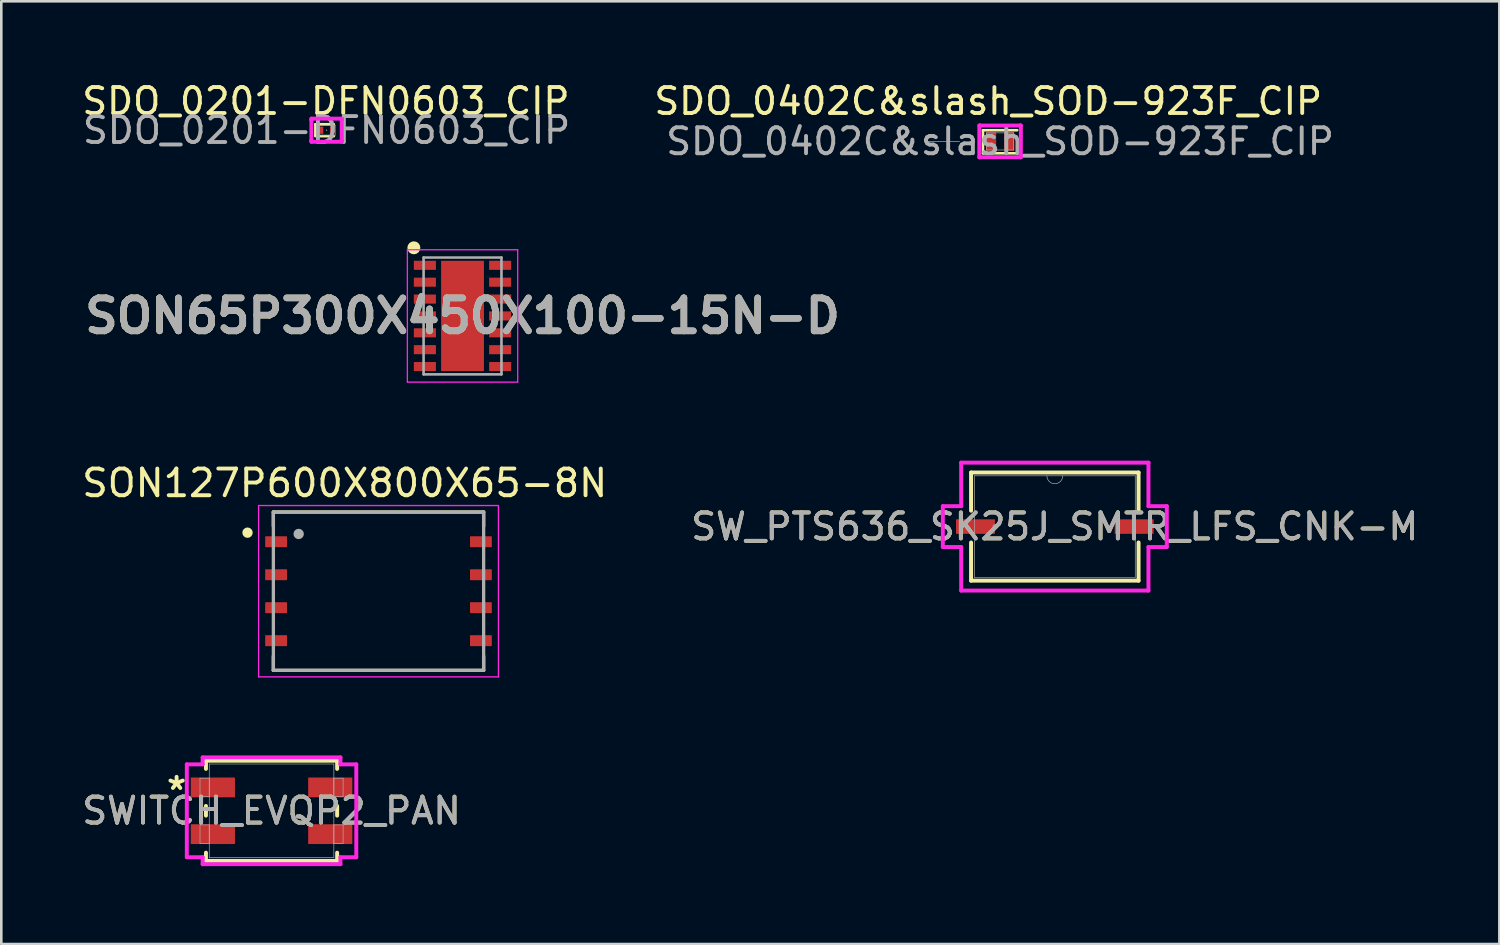
<source format=kicad_pcb>
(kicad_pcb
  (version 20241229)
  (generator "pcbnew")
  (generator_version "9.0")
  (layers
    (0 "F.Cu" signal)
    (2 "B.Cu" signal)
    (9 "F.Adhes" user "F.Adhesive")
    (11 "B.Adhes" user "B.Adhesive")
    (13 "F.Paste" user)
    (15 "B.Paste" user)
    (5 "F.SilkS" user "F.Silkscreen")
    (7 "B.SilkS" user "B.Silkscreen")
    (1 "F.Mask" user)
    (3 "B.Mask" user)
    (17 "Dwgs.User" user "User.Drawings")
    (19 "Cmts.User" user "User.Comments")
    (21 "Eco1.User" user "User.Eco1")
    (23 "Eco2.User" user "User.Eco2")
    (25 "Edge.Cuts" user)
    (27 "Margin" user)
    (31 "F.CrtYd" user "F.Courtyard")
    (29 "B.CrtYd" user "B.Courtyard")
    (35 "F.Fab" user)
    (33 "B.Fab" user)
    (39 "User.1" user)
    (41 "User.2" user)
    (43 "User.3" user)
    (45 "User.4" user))
  (footprint "SON65P300X450X100-15N-D"
    (layer "F.Cu")
    (at 14.768 9.121)
    (property "Reference" "SON65P300X450X100-15N-D" (at 0 0 0) (layer "F.SilkS") (effects (font (size 1.27 1.27) (thickness 0.254))))
    (attr smd)
    (fp_circle (center -1.875 -2.625) (end -1.875 -2.5) (stroke (width 0.25) (type solid)) (fill no) (layer "F.SilkS"))
    (fp_line (start -2.125 -2.55) (end 2.125 -2.55) (stroke (width 0.05) (type solid)) (layer "F.CrtYd"))
    (fp_line (start -2.125 2.55) (end -2.125 -2.55) (stroke (width 0.05) (type solid)) (layer "F.CrtYd"))
    (fp_line (start 2.125 -2.55) (end 2.125 2.55) (stroke (width 0.05) (type solid)) (layer "F.CrtYd"))
    (fp_line (start 2.125 2.55) (end -2.125 2.55) (stroke (width 0.05) (type solid)) (layer "F.CrtYd"))
    (fp_line (start -1.5 -2.25) (end 1.5 -2.25) (stroke (width 0.1) (type solid)) (layer "F.Fab"))
    (fp_line (start -1.5 2.25) (end -1.5 -2.25) (stroke (width 0.1) (type solid)) (layer "F.Fab"))
    (fp_line (start 1.5 -2.25) (end 1.5 2.25) (stroke (width 0.1) (type solid)) (layer "F.Fab"))
    (fp_line (start 1.5 2.25) (end -1.5 2.25) (stroke (width 0.1) (type solid)) (layer "F.Fab"))
    (fp_text user "${REFERENCE}" (at 0 0 0) (layer "F.Fab") (effects (font (size 1.27 1.27) (thickness 0.254))))
    (pad "1" smd rect (at -1.45 -1.95 90) (size 0.35 0.85) (layers "F.Cu" "F.Mask" "F.Paste"))
    (pad "2" smd rect (at -1.45 -1.3 90) (size 0.35 0.85) (layers "F.Cu" "F.Mask" "F.Paste"))
    (pad "3" smd rect (at -1.45 -0.65 90) (size 0.35 0.85) (layers "F.Cu" "F.Mask" "F.Paste"))
    (pad "4" smd rect (at -1.45 0 90) (size 0.35 0.85) (layers "F.Cu" "F.Mask" "F.Paste"))
    (pad "5" smd rect (at -1.45 0.65 90) (size 0.35 0.85) (layers "F.Cu" "F.Mask" "F.Paste"))
    (pad "6" smd rect (at -1.45 1.3 90) (size 0.35 0.85) (layers "F.Cu" "F.Mask" "F.Paste"))
    (pad "7" smd rect (at -1.45 1.95 90) (size 0.35 0.85) (layers "F.Cu" "F.Mask" "F.Paste"))
    (pad "8" smd rect (at 1.45 1.95 90) (size 0.35 0.85) (layers "F.Cu" "F.Mask" "F.Paste"))
    (pad "9" smd rect (at 1.45 1.3 90) (size 0.35 0.85) (layers "F.Cu" "F.Mask" "F.Paste"))
    (pad "10" smd rect (at 1.45 0.65 90) (size 0.35 0.85) (layers "F.Cu" "F.Mask" "F.Paste"))
    (pad "11" smd rect (at 1.45 0 90) (size 0.35 0.85) (layers "F.Cu" "F.Mask" "F.Paste"))
    (pad "12" smd rect (at 1.45 -0.65 90) (size 0.35 0.85) (layers "F.Cu" "F.Mask" "F.Paste"))
    (pad "13" smd rect (at 1.45 -1.3 90) (size 0.35 0.85) (layers "F.Cu" "F.Mask" "F.Paste"))
    (pad "14" smd rect (at 1.45 -1.95 90) (size 0.35 0.85) (layers "F.Cu" "F.Mask" "F.Paste"))
    (pad "15" smd rect (at 0 0) (size 1.65 4.25) (layers "F.Cu" "F.Mask" "F.Paste")))
  (footprint "SDO_0402C&slash_SOD-923F_CIP"
    (layer "F.Cu")
    (at 35.477 2.398)
    (property "Reference" "SDO_0402C&slash_SOD-923F_CIP" (at -0.457 -1.549 0) (unlocked yes) (layer "F.SilkS") (effects (font (size 1 1) (thickness 0.15))))
    (attr smd)
    (fp_line (start -0.66 -0.432) (end -0.66 0.457) (stroke (width 0.1) (type default)) (layer "F.SilkS"))
    (fp_line (start -0.66 0.457) (end 0.66 0.457) (stroke (width 0.1) (type default)) (layer "F.SilkS"))
    (fp_line (start 0.66 -0.432) (end -0.66 -0.432) (stroke (width 0.1) (type default)) (layer "F.SilkS"))
    (fp_line (start -0.8 -0.61) (end -0.775 -0.61) (stroke (width 0.152) (type solid)) (layer "F.CrtYd"))
    (fp_line (start -0.8 0.61) (end -0.8 -0.61) (stroke (width 0.152) (type solid)) (layer "F.CrtYd"))
    (fp_line (start -0.775 -0.61) (end -0.775 -0.61) (stroke (width 0.152) (type solid)) (layer "F.CrtYd"))
    (fp_line (start -0.775 -0.61) (end 0.775 -0.61) (stroke (width 0.152) (type solid)) (layer "F.CrtYd"))
    (fp_line (start -0.775 0.61) (end -0.8 0.61) (stroke (width 0.152) (type solid)) (layer "F.CrtYd"))
    (fp_line (start -0.775 0.61) (end -0.775 0.61) (stroke (width 0.152) (type solid)) (layer "F.CrtYd"))
    (fp_line (start 0.775 -0.61) (end 0.775 -0.61) (stroke (width 0.152) (type solid)) (layer "F.CrtYd"))
    (fp_line (start 0.775 -0.61) (end 0.8 -0.61) (stroke (width 0.152) (type solid)) (layer "F.CrtYd"))
    (fp_line (start 0.775 0.61) (end -0.775 0.61) (stroke (width 0.152) (type solid)) (layer "F.CrtYd"))
    (fp_line (start 0.775 0.61) (end 0.775 0.61) (stroke (width 0.152) (type solid)) (layer "F.CrtYd"))
    (fp_line (start 0.8 -0.61) (end 0.8 0.61) (stroke (width 0.152) (type solid)) (layer "F.CrtYd"))
    (fp_line (start 0.8 0.61) (end 0.775 0.61) (stroke (width 0.152) (type solid)) (layer "F.CrtYd"))
    (fp_line (start -1.562 0) (end -2.832 0) (stroke (width 0.025) (type solid)) (layer "F.Fab"))
    (fp_line (start -0.521 -0.33) (end -0.521 0.33) (stroke (width 0.025) (type solid)) (layer "F.Fab"))
    (fp_line (start -0.521 0.33) (end 0.521 0.33) (stroke (width 0.025) (type solid)) (layer "F.Fab"))
    (fp_line (start 0.521 -0.33) (end -0.521 -0.33) (stroke (width 0.025) (type solid)) (layer "F.Fab"))
    (fp_line (start 0.521 0.33) (end 0.521 -0.33) (stroke (width 0.025) (type solid)) (layer "F.Fab"))
    (fp_text user "${REFERENCE}" (at 0 0 0) (unlocked yes) (layer "F.Fab") (effects (font (size 1 1) (thickness 0.15))))
    (pad "1" smd rect (at -0.349 0) (size 0.394 0.711) (layers "F.Cu" "F.Mask" "F.Paste"))
    (pad "2" smd rect (at 0.349 0) (size 0.394 0.711) (layers "F.Cu" "F.Mask" "F.Paste"))
    (zone (net_name "") (layer "F.Cu") (hatch full 0.508) (connect_pads) (min_thickness 0.254) (filled_areas_thickness no) (keepout (tracks not_allowed) (vias not_allowed) (pads allowed) (copperpour not_allowed) (footprints allowed)) (placement (enabled no)) (fill) (polygon (pts (xy 35.375 2.093) (xy 35.578 2.093) (xy 35.578 2.702) (xy 35.375 2.702)))))
  (footprint "SON127P600X800X65-8N"
    (layer "F.Cu")
    (at 11.531 19.725)
    (property "Reference" "SON127P600X800X65-8N" (at -1.301 -4.165 0) (layer "F.SilkS") (effects (font (size 1.028 1.028) (thickness 0.15))))
    (attr smd)
    (fp_line (start -4.05 -3.05) (end -4.05 -2.5) (stroke (width 0.127) (type solid)) (layer "F.SilkS"))
    (fp_line (start -4.05 -3.05) (end 4.05 -3.05) (stroke (width 0.127) (type solid)) (layer "F.SilkS"))
    (fp_line (start -4.05 3.05) (end -4.05 2.5) (stroke (width 0.127) (type solid)) (layer "F.SilkS"))
    (fp_line (start 4.05 -3.05) (end 4.05 -2.5) (stroke (width 0.127) (type solid)) (layer "F.SilkS"))
    (fp_line (start 4.05 3.05) (end -4.05 3.05) (stroke (width 0.127) (type solid)) (layer "F.SilkS"))
    (fp_line (start 4.05 3.05) (end 4.05 2.5) (stroke (width 0.127) (type solid)) (layer "F.SilkS"))
    (fp_circle (center -5.046 -2.255) (end -4.946 -2.255) (stroke (width 0.2) (type solid)) (fill no) (layer "F.SilkS"))
    (fp_line (start -4.62 -3.3) (end 4.62 -3.3) (stroke (width 0.05) (type solid)) (layer "F.CrtYd"))
    (fp_line (start -4.62 3.3) (end -4.62 -3.3) (stroke (width 0.05) (type solid)) (layer "F.CrtYd"))
    (fp_line (start 4.62 -3.3) (end 4.62 3.3) (stroke (width 0.05) (type solid)) (layer "F.CrtYd"))
    (fp_line (start 4.62 3.3) (end -4.62 3.3) (stroke (width 0.05) (type solid)) (layer "F.CrtYd"))
    (fp_line (start -4.05 -3.05) (end 4.05 -3.05) (stroke (width 0.127) (type solid)) (layer "F.Fab"))
    (fp_line (start -4.05 3.05) (end -4.05 -3.05) (stroke (width 0.127) (type solid)) (layer "F.Fab"))
    (fp_line (start 4.05 -3.05) (end 4.05 3.05) (stroke (width 0.127) (type solid)) (layer "F.Fab"))
    (fp_line (start 4.05 3.05) (end -4.05 3.05) (stroke (width 0.127) (type solid)) (layer "F.Fab"))
    (fp_circle (center -3.075 -2.205) (end -2.975 -2.205) (stroke (width 0.2) (type solid)) (fill no) (layer "F.Fab"))
    (pad "1" smd roundrect (at -3.945 -1.905) (size 0.84 0.42) (layers "F.Cu" "F.Mask" "F.Paste") (roundrect_rratio 0.05))
    (pad "2" smd roundrect (at -3.945 -0.635) (size 0.84 0.42) (layers "F.Cu" "F.Mask" "F.Paste") (roundrect_rratio 0.05))
    (pad "3" smd roundrect (at -3.945 0.635) (size 0.84 0.42) (layers "F.Cu" "F.Mask" "F.Paste") (roundrect_rratio 0.05))
    (pad "4" smd roundrect (at -3.945 1.905) (size 0.84 0.42) (layers "F.Cu" "F.Mask" "F.Paste") (roundrect_rratio 0.05))
    (pad "5" smd roundrect (at 3.945 1.905) (size 0.84 0.42) (layers "F.Cu" "F.Mask" "F.Paste") (roundrect_rratio 0.05))
    (pad "6" smd roundrect (at 3.945 0.635) (size 0.84 0.42) (layers "F.Cu" "F.Mask" "F.Paste") (roundrect_rratio 0.05))
    (pad "7" smd roundrect (at 3.945 -0.635) (size 0.84 0.42) (layers "F.Cu" "F.Mask" "F.Paste") (roundrect_rratio 0.05))
    (pad "8" smd roundrect (at 3.945 -1.905) (size 0.84 0.42) (layers "F.Cu" "F.Mask" "F.Paste") (roundrect_rratio 0.05)))
  (footprint "SWITCH_EVQP2_PAN"
    (layer "F.Cu")
    (at 7.411 28.184)
    (property "Reference" "SWITCH_EVQP2_PAN" (at 0 0 0) (unlocked yes) (layer "F.SilkS") (effects (font (size 1 1) (thickness 0.15))))
    (attr smd)
    (fp_line (start -2.527 -1.93) (end -2.527 -1.614) (stroke (width 0.152) (type solid)) (layer "F.SilkS"))
    (fp_line (start -2.527 -0.186) (end -2.527 0.186) (stroke (width 0.152) (type solid)) (layer "F.SilkS"))
    (fp_line (start -2.527 1.614) (end -2.527 1.93) (stroke (width 0.152) (type solid)) (layer "F.SilkS"))
    (fp_line (start -2.527 1.93) (end 2.527 1.93) (stroke (width 0.152) (type solid)) (layer "F.SilkS"))
    (fp_line (start 2.527 -1.93) (end -2.527 -1.93) (stroke (width 0.152) (type solid)) (layer "F.SilkS"))
    (fp_line (start 2.527 -1.614) (end 2.527 -1.93) (stroke (width 0.152) (type solid)) (layer "F.SilkS"))
    (fp_line (start 2.527 0.186) (end 2.527 -0.186) (stroke (width 0.152) (type solid)) (layer "F.SilkS"))
    (fp_line (start 2.527 1.93) (end 2.527 1.614) (stroke (width 0.152) (type solid)) (layer "F.SilkS"))
    (fp_line (start -3.264 -1.789) (end -2.654 -1.789) (stroke (width 0.152) (type solid)) (layer "F.CrtYd"))
    (fp_line (start -3.264 1.789) (end -3.264 -1.789) (stroke (width 0.152) (type solid)) (layer "F.CrtYd"))
    (fp_line (start -2.654 -2.057) (end 2.654 -2.057) (stroke (width 0.152) (type solid)) (layer "F.CrtYd"))
    (fp_line (start -2.654 -1.789) (end -2.654 -2.057) (stroke (width 0.152) (type solid)) (layer "F.CrtYd"))
    (fp_line (start -2.654 1.789) (end -3.264 1.789) (stroke (width 0.152) (type solid)) (layer "F.CrtYd"))
    (fp_line (start -2.654 2.057) (end -2.654 1.789) (stroke (width 0.152) (type solid)) (layer "F.CrtYd"))
    (fp_line (start 2.654 -2.057) (end 2.654 -1.789) (stroke (width 0.152) (type solid)) (layer "F.CrtYd"))
    (fp_line (start 2.654 -1.789) (end 3.264 -1.789) (stroke (width 0.152) (type solid)) (layer "F.CrtYd"))
    (fp_line (start 2.654 1.789) (end 2.654 2.057) (stroke (width 0.152) (type solid)) (layer "F.CrtYd"))
    (fp_line (start 2.654 2.057) (end -2.654 2.057) (stroke (width 0.152) (type solid)) (layer "F.CrtYd"))
    (fp_line (start 3.264 -1.789) (end 3.264 1.789) (stroke (width 0.152) (type solid)) (layer "F.CrtYd"))
    (fp_line (start 3.264 1.789) (end 2.654 1.789) (stroke (width 0.152) (type solid)) (layer "F.CrtYd"))
    (fp_line (start -2.756 -1.256) (end -2.756 -0.544) (stroke (width 0.025) (type solid)) (layer "F.Fab"))
    (fp_line (start -2.756 -0.544) (end -2.4 -0.544) (stroke (width 0.025) (type solid)) (layer "F.Fab"))
    (fp_line (start -2.756 0.544) (end -2.756 1.256) (stroke (width 0.025) (type solid)) (layer "F.Fab"))
    (fp_line (start -2.756 1.256) (end -2.4 1.256) (stroke (width 0.025) (type solid)) (layer "F.Fab"))
    (fp_line (start -2.4 -1.803) (end -2.4 1.803) (stroke (width 0.025) (type solid)) (layer "F.Fab"))
    (fp_line (start -2.4 -1.256) (end -2.756 -1.256) (stroke (width 0.025) (type solid)) (layer "F.Fab"))
    (fp_line (start -2.4 -0.544) (end -2.4 -1.256) (stroke (width 0.025) (type solid)) (layer "F.Fab"))
    (fp_line (start -2.4 0.544) (end -2.756 0.544) (stroke (width 0.025) (type solid)) (layer "F.Fab"))
    (fp_line (start -2.4 1.256) (end -2.4 0.544) (stroke (width 0.025) (type solid)) (layer "F.Fab"))
    (fp_line (start -2.4 1.803) (end 2.4 1.803) (stroke (width 0.025) (type solid)) (layer "F.Fab"))
    (fp_line (start 2.4 -1.803) (end -2.4 -1.803) (stroke (width 0.025) (type solid)) (layer "F.Fab"))
    (fp_line (start 2.4 -1.256) (end 2.4 -0.544) (stroke (width 0.025) (type solid)) (layer "F.Fab"))
    (fp_line (start 2.4 -0.544) (end 2.756 -0.544) (stroke (width 0.025) (type solid)) (layer "F.Fab"))
    (fp_line (start 2.4 0.544) (end 2.4 1.256) (stroke (width 0.025) (type solid)) (layer "F.Fab"))
    (fp_line (start 2.4 1.256) (end 2.756 1.256) (stroke (width 0.025) (type solid)) (layer "F.Fab"))
    (fp_line (start 2.4 1.803) (end 2.4 -1.803) (stroke (width 0.025) (type solid)) (layer "F.Fab"))
    (fp_line (start 2.756 -1.256) (end 2.4 -1.256) (stroke (width 0.025) (type solid)) (layer "F.Fab"))
    (fp_line (start 2.756 -0.544) (end 2.756 -1.256) (stroke (width 0.025) (type solid)) (layer "F.Fab"))
    (fp_line (start 2.756 0.544) (end 2.4 0.544) (stroke (width 0.025) (type solid)) (layer "F.Fab"))
    (fp_line (start 2.756 1.256) (end 2.756 0.544) (stroke (width 0.025) (type solid)) (layer "F.Fab"))
    (fp_text user "*" (at -3.658 -0.762 0) (layer "F.SilkS") (effects (font (size 1 1) (thickness 0.15))))
    (fp_text user "${REFERENCE}" (at 0 0 0) (unlocked yes) (layer "F.Fab") (effects (font (size 1 1) (thickness 0.15))))
    (pad "1" smd rect (at -2.261 -0.9) (size 1.702 0.762) (layers "F.Cu" "F.Mask" "F.Paste"))
    (pad "2" smd rect (at -2.261 0.9) (size 1.702 0.762) (layers "F.Cu" "F.Mask" "F.Paste"))
    (pad "3" smd rect (at 2.261 0.9) (size 1.702 0.762) (layers "F.Cu" "F.Mask" "F.Paste"))
    (pad "4" smd rect (at 2.261 -0.9) (size 1.702 0.762) (layers "F.Cu" "F.Mask" "F.Paste")))
  (footprint "SW_PTS636_SK25J_SMTR_LFS_CNK-M"
    (layer "F.Cu")
    (at 37.585 17.236)
    (property "Reference" "SW_PTS636_SK25J_SMTR_LFS_CNK-M" (at 0 0 0) (unlocked yes) (layer "F.SilkS") (effects (font (size 1 1) (thickness 0.15))))
    (attr smd)
    (fp_line (start -3.226 -2.083) (end -3.226 -0.612) (stroke (width 0.152) (type solid)) (layer "F.SilkS"))
    (fp_line (start -3.226 0.612) (end -3.226 2.083) (stroke (width 0.152) (type solid)) (layer "F.SilkS"))
    (fp_line (start -3.226 2.083) (end 3.226 2.083) (stroke (width 0.152) (type solid)) (layer "F.SilkS"))
    (fp_line (start 3.226 -2.083) (end -3.226 -2.083) (stroke (width 0.152) (type solid)) (layer "F.SilkS"))
    (fp_line (start 3.226 -0.612) (end 3.226 -2.083) (stroke (width 0.152) (type solid)) (layer "F.SilkS"))
    (fp_line (start 3.226 2.083) (end 3.226 0.612) (stroke (width 0.152) (type solid)) (layer "F.SilkS"))
    (fp_line (start -4.314 -0.787) (end -3.607 -0.787) (stroke (width 0.152) (type solid)) (layer "F.CrtYd"))
    (fp_line (start -4.314 0.787) (end -4.314 -0.787) (stroke (width 0.152) (type solid)) (layer "F.CrtYd"))
    (fp_line (start -4.314 0.787) (end -3.607 0.787) (stroke (width 0.152) (type solid)) (layer "F.CrtYd"))
    (fp_line (start -3.607 -2.464) (end 3.607 -2.464) (stroke (width 0.152) (type solid)) (layer "F.CrtYd"))
    (fp_line (start -3.607 -0.787) (end -3.607 -2.464) (stroke (width 0.152) (type solid)) (layer "F.CrtYd"))
    (fp_line (start -3.607 2.464) (end -3.607 0.787) (stroke (width 0.152) (type solid)) (layer "F.CrtYd"))
    (fp_line (start 3.607 -2.464) (end 3.607 -0.787) (stroke (width 0.152) (type solid)) (layer "F.CrtYd"))
    (fp_line (start 3.607 0.787) (end 3.607 2.464) (stroke (width 0.152) (type solid)) (layer "F.CrtYd"))
    (fp_line (start 3.607 2.464) (end -3.607 2.464) (stroke (width 0.152) (type solid)) (layer "F.CrtYd"))
    (fp_line (start 4.314 -0.787) (end 3.607 -0.787) (stroke (width 0.152) (type solid)) (layer "F.CrtYd"))
    (fp_line (start 4.314 -0.787) (end 4.314 0.787) (stroke (width 0.152) (type solid)) (layer "F.CrtYd"))
    (fp_line (start 4.314 0.787) (end 3.607 0.787) (stroke (width 0.152) (type solid)) (layer "F.CrtYd"))
    (fp_line (start -3.099 -1.956) (end -3.099 1.956) (stroke (width 0.025) (type solid)) (layer "F.Fab"))
    (fp_line (start -3.099 1.956) (end 3.099 1.956) (stroke (width 0.025) (type solid)) (layer "F.Fab"))
    (fp_line (start 3.099 -1.956) (end -3.099 -1.956) (stroke (width 0.025) (type solid)) (layer "F.Fab"))
    (fp_line (start 3.099 1.956) (end 3.099 -1.956) (stroke (width 0.025) (type solid)) (layer "F.Fab"))
    (fp_arc (start 0.3048 -1.9558) (mid 0 -1.651) (end -0.3048 -1.9558) (stroke (width 0.0254) (type solid)) (layer "F.Fab"))
    (fp_circle (center -2.308 0) (end -2.232 0) (stroke (width 0.025) (type solid)) (fill no) (layer "F.Fab"))
    (fp_text user "${REFERENCE}" (at 0 0 0) (unlocked yes) (layer "F.Fab") (effects (font (size 1 1) (thickness 0.15))))
    (pad "1" smd rect (at -3.057 0) (size 1.499 0.559) (layers "F.Cu" "F.Mask" "F.Paste"))
    (pad "2" smd rect (at 3.057 0) (size 1.499 0.559) (layers "F.Cu" "F.Mask" "F.Paste")))
  (footprint "SDO_0201-DFN0603_CIP"
    (layer "F.Cu")
    (at 9.531 1.966)
    (property "Reference" "SDO_0201-DFN0603_CIP" (at -0.025 -1.118 0) (unlocked yes) (layer "F.SilkS") (effects (font (size 1 1) (thickness 0.15))))
    (attr smd)
    (fp_line (start -0.432 -0.229) (end -0.432 0.203) (stroke (width 0.1) (type default)) (layer "F.SilkS"))
    (fp_line (start -0.432 0.229) (end 0.279 0.229) (stroke (width 0.1) (type default)) (layer "F.SilkS"))
    (fp_line (start 0.279 -0.229) (end -0.432 -0.229) (stroke (width 0.1) (type default)) (layer "F.SilkS"))
    (fp_line (start -0.584 -0.445) (end 0.584 -0.445) (stroke (width 0.152) (type solid)) (layer "F.CrtYd"))
    (fp_line (start -0.584 -0.394) (end -0.584 -0.445) (stroke (width 0.152) (type solid)) (layer "F.CrtYd"))
    (fp_line (start -0.584 -0.394) (end -0.584 -0.394) (stroke (width 0.152) (type solid)) (layer "F.CrtYd"))
    (fp_line (start -0.584 0.394) (end -0.584 -0.394) (stroke (width 0.152) (type solid)) (layer "F.CrtYd"))
    (fp_line (start -0.584 0.394) (end -0.584 0.394) (stroke (width 0.152) (type solid)) (layer "F.CrtYd"))
    (fp_line (start -0.584 0.445) (end -0.584 0.394) (stroke (width 0.152) (type solid)) (layer "F.CrtYd"))
    (fp_line (start 0.584 -0.445) (end 0.584 -0.394) (stroke (width 0.152) (type solid)) (layer "F.CrtYd"))
    (fp_line (start 0.584 -0.394) (end 0.584 -0.394) (stroke (width 0.152) (type solid)) (layer "F.CrtYd"))
    (fp_line (start 0.584 -0.394) (end 0.584 0.394) (stroke (width 0.152) (type solid)) (layer "F.CrtYd"))
    (fp_line (start 0.584 0.394) (end 0.584 0.394) (stroke (width 0.152) (type solid)) (layer "F.CrtYd"))
    (fp_line (start 0.584 0.394) (end 0.584 0.445) (stroke (width 0.152) (type solid)) (layer "F.CrtYd"))
    (fp_line (start 0.584 0.445) (end -0.584 0.445) (stroke (width 0.152) (type solid)) (layer "F.CrtYd"))
    (fp_line (start -0.33 -0.191) (end -0.33 0.191) (stroke (width 0.025) (type solid)) (layer "F.Fab"))
    (fp_line (start -0.33 0.191) (end 0.33 0.191) (stroke (width 0.025) (type solid)) (layer "F.Fab"))
    (fp_line (start 0.33 -0.191) (end -0.33 -0.191) (stroke (width 0.025) (type solid)) (layer "F.Fab"))
    (fp_line (start 0.33 0.191) (end 0.33 -0.191) (stroke (width 0.025) (type solid)) (layer "F.Fab"))
    (fp_circle (center 0 0) (end 0 0) (stroke (width 0.025) (type solid)) (fill no) (layer "F.Fab"))
    (fp_text user "${REFERENCE}" (at 0 0 0) (unlocked yes) (layer "F.Fab") (effects (font (size 1 1) (thickness 0.15))))
    (pad "1" smd rect (at -0.216 0) (size 0.178 0.279) (layers "F.Cu" "F.Mask" "F.Paste"))
    (pad "2" smd rect (at 0.216 0) (size 0.178 0.279) (layers "F.Cu" "F.Mask" "F.Paste")))
  (gr_rect
    (start -3 -3)
    (end 54.71 33.318)
    (stroke (width 0.1) (type default))
    (fill no)
    (layer "Edge.Cuts")))
</source>
